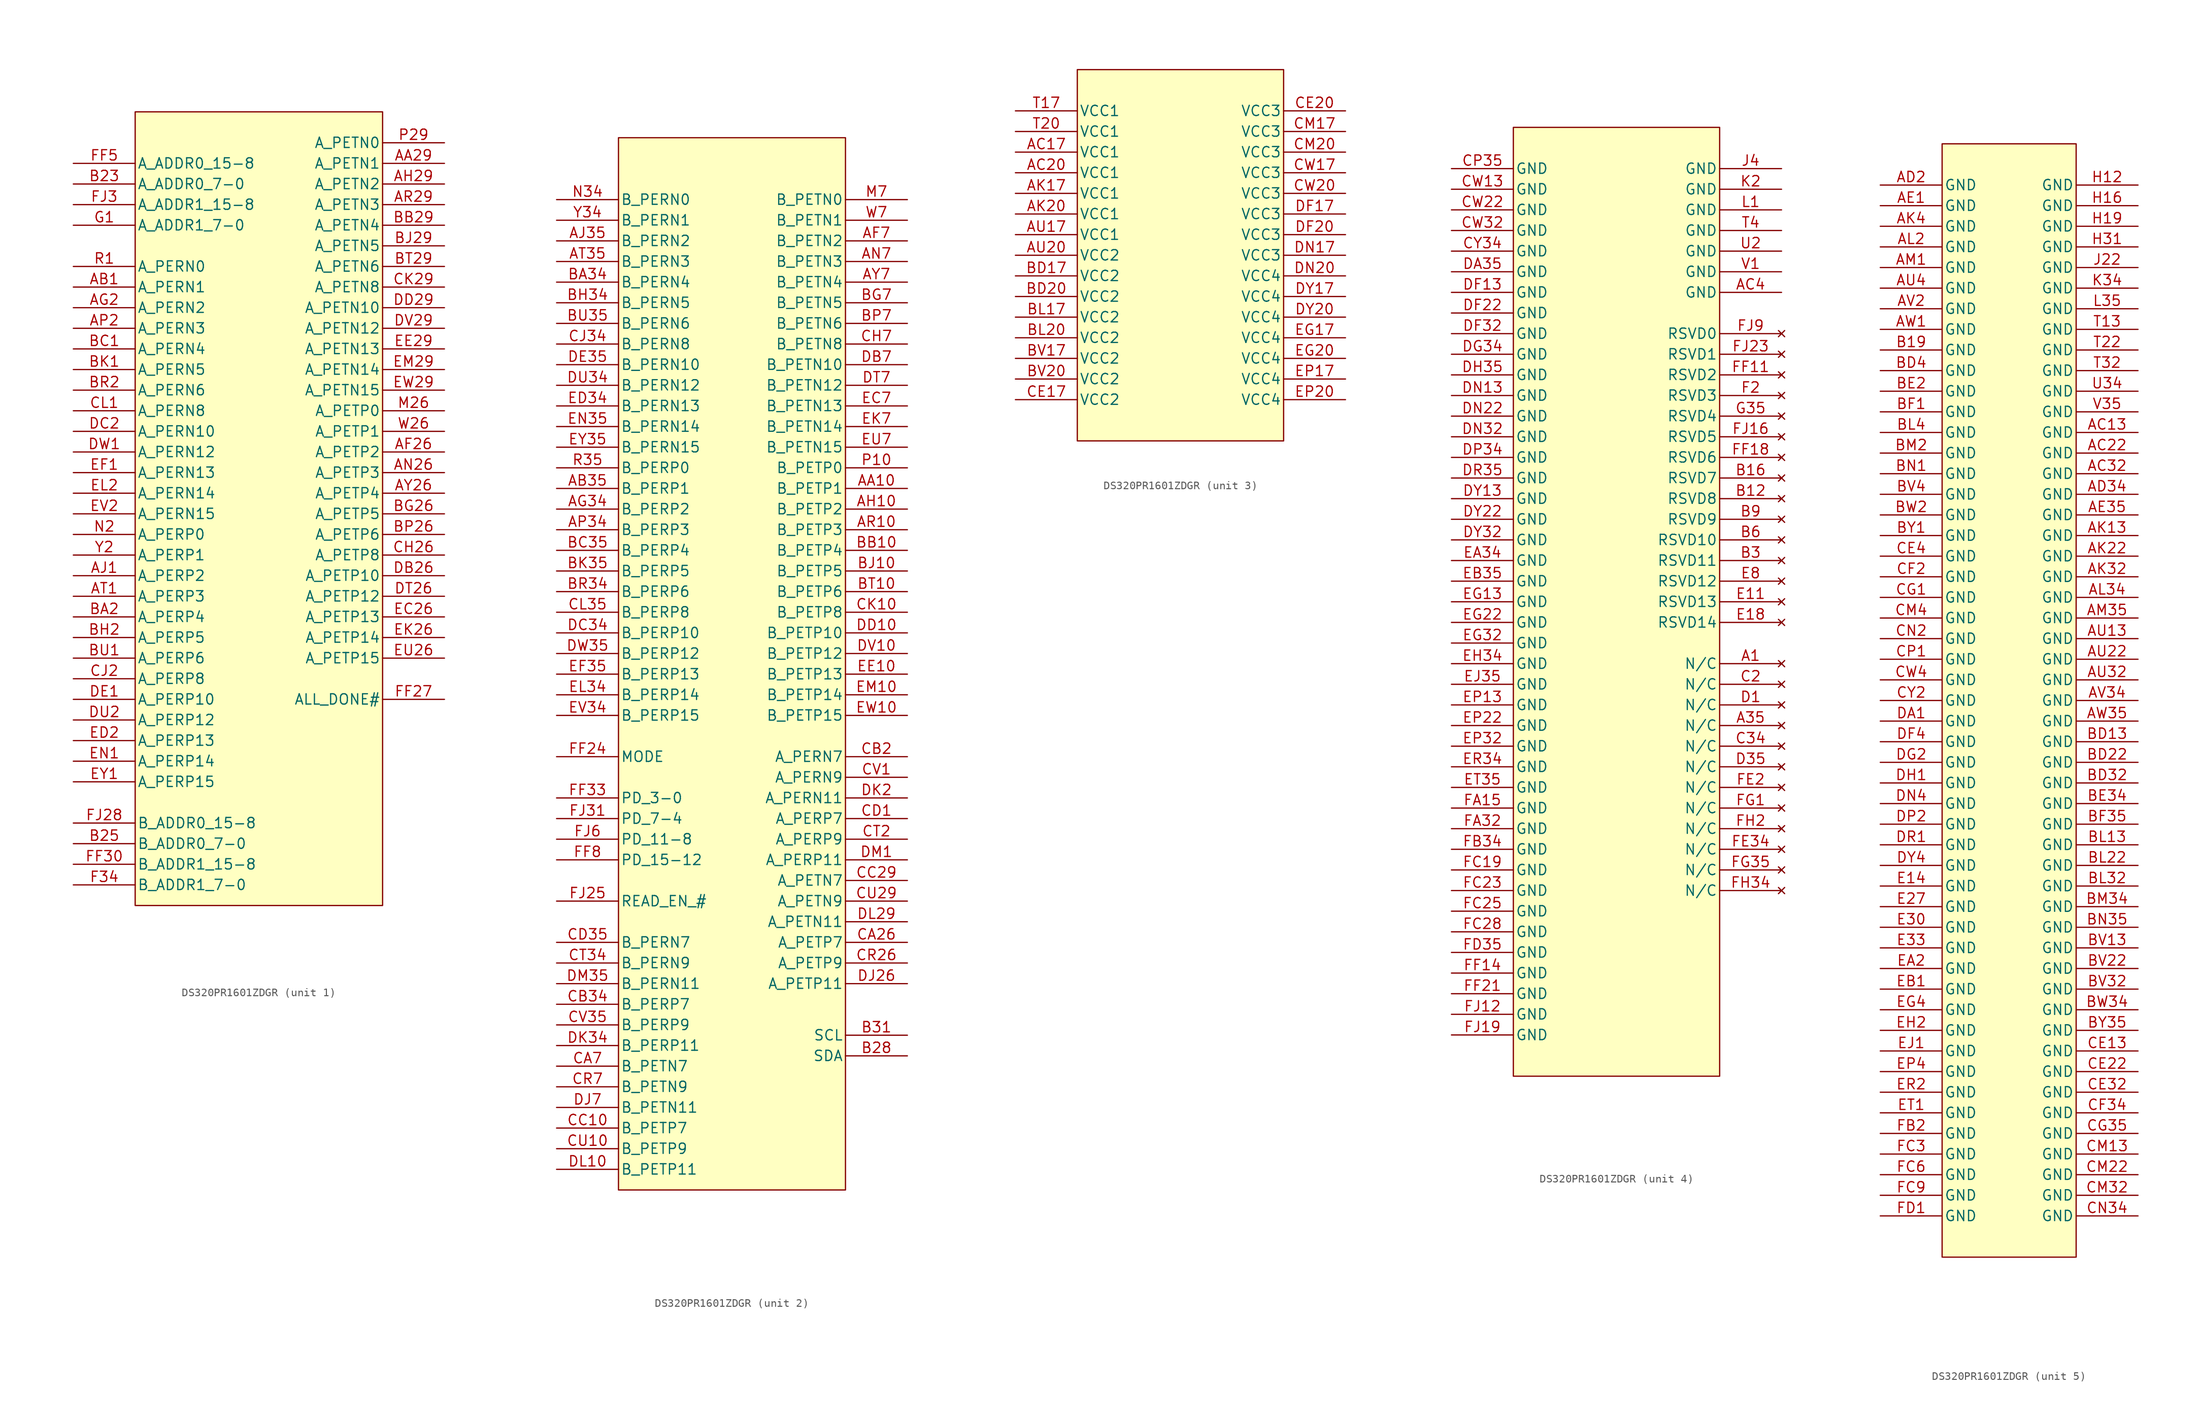
<source format=kicad_sym>
(kicad_symbol_lib
  (version 20241209)
  (generator "kicad_symbol_editor")
  (generator_version "9.0")
  (symbol "DS320PR1601ZDGR"
    (pin_names
      (offset 0.254))
    (property "Reference" "U"
      (at 0 22.606 0)
      (effects (font (size 1.524 1.524)) (hide yes)))
    (property "ki_locked" ""
      (at 0 0 0)
      (effects (font (size 1.27 1.27))))
    (symbol "DS320PR1601ZDGR_1_1"
      (rectangle (start -16.51 36.83) (end 13.97 -60.96) (stroke (width 0) (type default)) (fill (type background)))
      (pin input line (at -24.13 30.48 0) (length 7.62) (name "A_ADDR0_15-8" (effects (font (size 1.27 1.27)))) (number "FF5" (effects (font (size 1.27 1.27)))))
      (pin input line (at -24.13 27.94 0) (length 7.62) (name "A_ADDR0_7-0" (effects (font (size 1.27 1.27)))) (number "B23" (effects (font (size 1.27 1.27)))))
      (pin input line (at -24.13 25.4 0) (length 7.62) (name "A_ADDR1_15-8" (effects (font (size 1.27 1.27)))) (number "FJ3" (effects (font (size 1.27 1.27)))))
      (pin input line (at -24.13 22.86 0) (length 7.62) (name "A_ADDR1_7-0" (effects (font (size 1.27 1.27)))) (number "G1" (effects (font (size 1.27 1.27)))))
      (pin input line (at -24.13 17.78 0) (length 7.62) (name "A_PERN0" (effects (font (size 1.27 1.27)))) (number "R1" (effects (font (size 1.27 1.27)))))
      (pin input line (at -24.13 15.24 0) (length 7.62) (name "A_PERN1" (effects (font (size 1.27 1.27)))) (number "AB1" (effects (font (size 1.27 1.27)))))
      (pin input line (at -24.13 12.7 0) (length 7.62) (name "A_PERN2" (effects (font (size 1.27 1.27)))) (number "AG2" (effects (font (size 1.27 1.27)))))
      (pin input line (at -24.13 10.16 0) (length 7.62) (name "A_PERN3" (effects (font (size 1.27 1.27)))) (number "AP2" (effects (font (size 1.27 1.27)))))
      (pin input line (at -24.13 7.62 0) (length 7.62) (name "A_PERN4" (effects (font (size 1.27 1.27)))) (number "BC1" (effects (font (size 1.27 1.27)))))
      (pin input line (at -24.13 5.08 0) (length 7.62) (name "A_PERN5" (effects (font (size 1.27 1.27)))) (number "BK1" (effects (font (size 1.27 1.27)))))
      (pin input line (at -24.13 2.54 0) (length 7.62) (name "A_PERN6" (effects (font (size 1.27 1.27)))) (number "BR2" (effects (font (size 1.27 1.27)))))
      (pin input line (at -24.13 0 0) (length 7.62) (name "A_PERN8" (effects (font (size 1.27 1.27)))) (number "CL1" (effects (font (size 1.27 1.27)))))
      (pin input line (at -24.13 -2.54 0) (length 7.62) (name "A_PERN10" (effects (font (size 1.27 1.27)))) (number "DC2" (effects (font (size 1.27 1.27)))))
      (pin input line (at -24.13 -5.08 0) (length 7.62) (name "A_PERN12" (effects (font (size 1.27 1.27)))) (number "DW1" (effects (font (size 1.27 1.27)))))
      (pin input line (at -24.13 -7.62 0) (length 7.62) (name "A_PERN13" (effects (font (size 1.27 1.27)))) (number "EF1" (effects (font (size 1.27 1.27)))))
      (pin input line (at -24.13 -10.16 0) (length 7.62) (name "A_PERN14" (effects (font (size 1.27 1.27)))) (number "EL2" (effects (font (size 1.27 1.27)))))
      (pin input line (at -24.13 -12.7 0) (length 7.62) (name "A_PERN15" (effects (font (size 1.27 1.27)))) (number "EV2" (effects (font (size 1.27 1.27)))))
      (pin input line (at -24.13 -15.24 0) (length 7.62) (name "A_PERP0" (effects (font (size 1.27 1.27)))) (number "N2" (effects (font (size 1.27 1.27)))))
      (pin input line (at -24.13 -17.78 0) (length 7.62) (name "A_PERP1" (effects (font (size 1.27 1.27)))) (number "Y2" (effects (font (size 1.27 1.27)))))
      (pin input line (at -24.13 -20.32 0) (length 7.62) (name "A_PERP2" (effects (font (size 1.27 1.27)))) (number "AJ1" (effects (font (size 1.27 1.27)))))
      (pin input line (at -24.13 -22.86 0) (length 7.62) (name "A_PERP3" (effects (font (size 1.27 1.27)))) (number "AT1" (effects (font (size 1.27 1.27)))))
      (pin input line (at -24.13 -25.4 0) (length 7.62) (name "A_PERP4" (effects (font (size 1.27 1.27)))) (number "BA2" (effects (font (size 1.27 1.27)))))
      (pin input line (at -24.13 -27.94 0) (length 7.62) (name "A_PERP5" (effects (font (size 1.27 1.27)))) (number "BH2" (effects (font (size 1.27 1.27)))))
      (pin input line (at -24.13 -30.48 0) (length 7.62) (name "A_PERP6" (effects (font (size 1.27 1.27)))) (number "BU1" (effects (font (size 1.27 1.27)))))
      (pin input line (at -24.13 -33.02 0) (length 7.62) (name "A_PERP8" (effects (font (size 1.27 1.27)))) (number "CJ2" (effects (font (size 1.27 1.27)))))
      (pin input line (at -24.13 -35.56 0) (length 7.62) (name "A_PERP10" (effects (font (size 1.27 1.27)))) (number "DE1" (effects (font (size 1.27 1.27)))))
      (pin input line (at -24.13 -38.1 0) (length 7.62) (name "A_PERP12" (effects (font (size 1.27 1.27)))) (number "DU2" (effects (font (size 1.27 1.27)))))
      (pin input line (at -24.13 -40.64 0) (length 7.62) (name "A_PERP13" (effects (font (size 1.27 1.27)))) (number "ED2" (effects (font (size 1.27 1.27)))))
      (pin input line (at -24.13 -43.18 0) (length 7.62) (name "A_PERP14" (effects (font (size 1.27 1.27)))) (number "EN1" (effects (font (size 1.27 1.27)))))
      (pin input line (at -24.13 -45.72 0) (length 7.62) (name "A_PERP15" (effects (font (size 1.27 1.27)))) (number "EY1" (effects (font (size 1.27 1.27)))))
      (pin input line (at -24.13 -50.8 0) (length 7.62) (name "B_ADDR0_15-8" (effects (font (size 1.27 1.27)))) (number "FJ28" (effects (font (size 1.27 1.27)))))
      (pin input line (at -24.13 -53.34 0) (length 7.62) (name "B_ADDR0_7-0" (effects (font (size 1.27 1.27)))) (number "B25" (effects (font (size 1.27 1.27)))))
      (pin input line (at -24.13 -55.88 0) (length 7.62) (name "B_ADDR1_15-8" (effects (font (size 1.27 1.27)))) (number "FF30" (effects (font (size 1.27 1.27)))))
      (pin input line (at -24.13 -58.42 0) (length 7.62) (name "B_ADDR1_7-0" (effects (font (size 1.27 1.27)))) (number "F34" (effects (font (size 1.27 1.27)))))
      (pin output line (at 21.59 33.02 180) (length 7.62) (name "A_PETN0" (effects (font (size 1.27 1.27)))) (number "P29" (effects (font (size 1.27 1.27)))))
      (pin output line (at 21.59 30.48 180) (length 7.62) (name "A_PETN1" (effects (font (size 1.27 1.27)))) (number "AA29" (effects (font (size 1.27 1.27)))))
      (pin output line (at 21.59 27.94 180) (length 7.62) (name "A_PETN2" (effects (font (size 1.27 1.27)))) (number "AH29" (effects (font (size 1.27 1.27)))))
      (pin output line (at 21.59 25.4 180) (length 7.62) (name "A_PETN3" (effects (font (size 1.27 1.27)))) (number "AR29" (effects (font (size 1.27 1.27)))))
      (pin output line (at 21.59 22.86 180) (length 7.62) (name "A_PETN4" (effects (font (size 1.27 1.27)))) (number "BB29" (effects (font (size 1.27 1.27)))))
      (pin output line (at 21.59 20.32 180) (length 7.62) (name "A_PETN5" (effects (font (size 1.27 1.27)))) (number "BJ29" (effects (font (size 1.27 1.27)))))
      (pin output line (at 21.59 17.78 180) (length 7.62) (name "A_PETN6" (effects (font (size 1.27 1.27)))) (number "BT29" (effects (font (size 1.27 1.27)))))
      (pin output line (at 21.59 15.24 180) (length 7.62) (name "A_PETN8" (effects (font (size 1.27 1.27)))) (number "CK29" (effects (font (size 1.27 1.27)))))
      (pin output line (at 21.59 12.7 180) (length 7.62) (name "A_PETN10" (effects (font (size 1.27 1.27)))) (number "DD29" (effects (font (size 1.27 1.27)))))
      (pin output line (at 21.59 10.16 180) (length 7.62) (name "A_PETN12" (effects (font (size 1.27 1.27)))) (number "DV29" (effects (font (size 1.27 1.27)))))
      (pin output line (at 21.59 7.62 180) (length 7.62) (name "A_PETN13" (effects (font (size 1.27 1.27)))) (number "EE29" (effects (font (size 1.27 1.27)))))
      (pin output line (at 21.59 5.08 180) (length 7.62) (name "A_PETN14" (effects (font (size 1.27 1.27)))) (number "EM29" (effects (font (size 1.27 1.27)))))
      (pin output line (at 21.59 2.54 180) (length 7.62) (name "A_PETN15" (effects (font (size 1.27 1.27)))) (number "EW29" (effects (font (size 1.27 1.27)))))
      (pin output line (at 21.59 0 180) (length 7.62) (name "A_PETP0" (effects (font (size 1.27 1.27)))) (number "M26" (effects (font (size 1.27 1.27)))))
      (pin output line (at 21.59 -2.54 180) (length 7.62) (name "A_PETP1" (effects (font (size 1.27 1.27)))) (number "W26" (effects (font (size 1.27 1.27)))))
      (pin output line (at 21.59 -5.08 180) (length 7.62) (name "A_PETP2" (effects (font (size 1.27 1.27)))) (number "AF26" (effects (font (size 1.27 1.27)))))
      (pin output line (at 21.59 -7.62 180) (length 7.62) (name "A_PETP3" (effects (font (size 1.27 1.27)))) (number "AN26" (effects (font (size 1.27 1.27)))))
      (pin output line (at 21.59 -10.16 180) (length 7.62) (name "A_PETP4" (effects (font (size 1.27 1.27)))) (number "AY26" (effects (font (size 1.27 1.27)))))
      (pin output line (at 21.59 -12.7 180) (length 7.62) (name "A_PETP5" (effects (font (size 1.27 1.27)))) (number "BG26" (effects (font (size 1.27 1.27)))))
      (pin output line (at 21.59 -15.24 180) (length 7.62) (name "A_PETP6" (effects (font (size 1.27 1.27)))) (number "BP26" (effects (font (size 1.27 1.27)))))
      (pin output line (at 21.59 -17.78 180) (length 7.62) (name "A_PETP8" (effects (font (size 1.27 1.27)))) (number "CH26" (effects (font (size 1.27 1.27)))))
      (pin output line (at 21.59 -20.32 180) (length 7.62) (name "A_PETP10" (effects (font (size 1.27 1.27)))) (number "DB26" (effects (font (size 1.27 1.27)))))
      (pin output line (at 21.59 -22.86 180) (length 7.62) (name "A_PETP12" (effects (font (size 1.27 1.27)))) (number "DT26" (effects (font (size 1.27 1.27)))))
      (pin output line (at 21.59 -25.4 180) (length 7.62) (name "A_PETP13" (effects (font (size 1.27 1.27)))) (number "EC26" (effects (font (size 1.27 1.27)))))
      (pin output line (at 21.59 -27.94 180) (length 7.62) (name "A_PETP14" (effects (font (size 1.27 1.27)))) (number "EK26" (effects (font (size 1.27 1.27)))))
      (pin output line (at 21.59 -30.48 180) (length 7.62) (name "A_PETP15" (effects (font (size 1.27 1.27)))) (number "EU26" (effects (font (size 1.27 1.27)))))
      (pin output line (at 21.59 -35.56 180) (length 7.62) (name "ALL_DONE#" (effects (font (size 1.27 1.27)))) (number "FF27" (effects (font (size 1.27 1.27))))))
    (symbol "DS320PR1601ZDGR_2_1"
      (rectangle (start -12.7 38.1) (end 15.24 -91.44) (stroke (width 0) (type default)) (fill (type background)))
      (pin input line (at -20.32 30.48 0) (length 7.62) (name "B_PERN0" (effects (font (size 1.27 1.27)))) (number "N34" (effects (font (size 1.27 1.27)))))
      (pin input line (at -20.32 27.94 0) (length 7.62) (name "B_PERN1" (effects (font (size 1.27 1.27)))) (number "Y34" (effects (font (size 1.27 1.27)))))
      (pin input line (at -20.32 25.4 0) (length 7.62) (name "B_PERN2" (effects (font (size 1.27 1.27)))) (number "AJ35" (effects (font (size 1.27 1.27)))))
      (pin input line (at -20.32 22.86 0) (length 7.62) (name "B_PERN3" (effects (font (size 1.27 1.27)))) (number "AT35" (effects (font (size 1.27 1.27)))))
      (pin input line (at -20.32 20.32 0) (length 7.62) (name "B_PERN4" (effects (font (size 1.27 1.27)))) (number "BA34" (effects (font (size 1.27 1.27)))))
      (pin input line (at -20.32 17.78 0) (length 7.62) (name "B_PERN5" (effects (font (size 1.27 1.27)))) (number "BH34" (effects (font (size 1.27 1.27)))))
      (pin input line (at -20.32 15.24 0) (length 7.62) (name "B_PERN6" (effects (font (size 1.27 1.27)))) (number "BU35" (effects (font (size 1.27 1.27)))))
      (pin input line (at -20.32 12.7 0) (length 7.62) (name "B_PERN8" (effects (font (size 1.27 1.27)))) (number "CJ34" (effects (font (size 1.27 1.27)))))
      (pin input line (at -20.32 10.16 0) (length 7.62) (name "B_PERN10" (effects (font (size 1.27 1.27)))) (number "DE35" (effects (font (size 1.27 1.27)))))
      (pin input line (at -20.32 7.62 0) (length 7.62) (name "B_PERN12" (effects (font (size 1.27 1.27)))) (number "DU34" (effects (font (size 1.27 1.27)))))
      (pin input line (at -20.32 5.08 0) (length 7.62) (name "B_PERN13" (effects (font (size 1.27 1.27)))) (number "ED34" (effects (font (size 1.27 1.27)))))
      (pin input line (at -20.32 2.54 0) (length 7.62) (name "B_PERN14" (effects (font (size 1.27 1.27)))) (number "EN35" (effects (font (size 1.27 1.27)))))
      (pin input line (at -20.32 0 0) (length 7.62) (name "B_PERN15" (effects (font (size 1.27 1.27)))) (number "EY35" (effects (font (size 1.27 1.27)))))
      (pin input line (at -20.32 -2.54 0) (length 7.62) (name "B_PERP0" (effects (font (size 1.27 1.27)))) (number "R35" (effects (font (size 1.27 1.27)))))
      (pin input line (at -20.32 -5.08 0) (length 7.62) (name "B_PERP1" (effects (font (size 1.27 1.27)))) (number "AB35" (effects (font (size 1.27 1.27)))))
      (pin input line (at -20.32 -7.62 0) (length 7.62) (name "B_PERP2" (effects (font (size 1.27 1.27)))) (number "AG34" (effects (font (size 1.27 1.27)))))
      (pin input line (at -20.32 -10.16 0) (length 7.62) (name "B_PERP3" (effects (font (size 1.27 1.27)))) (number "AP34" (effects (font (size 1.27 1.27)))))
      (pin input line (at -20.32 -12.7 0) (length 7.62) (name "B_PERP4" (effects (font (size 1.27 1.27)))) (number "BC35" (effects (font (size 1.27 1.27)))))
      (pin input line (at -20.32 -15.24 0) (length 7.62) (name "B_PERP5" (effects (font (size 1.27 1.27)))) (number "BK35" (effects (font (size 1.27 1.27)))))
      (pin input line (at -20.32 -17.78 0) (length 7.62) (name "B_PERP6" (effects (font (size 1.27 1.27)))) (number "BR34" (effects (font (size 1.27 1.27)))))
      (pin input line (at -20.32 -20.32 0) (length 7.62) (name "B_PERP8" (effects (font (size 1.27 1.27)))) (number "CL35" (effects (font (size 1.27 1.27)))))
      (pin input line (at -20.32 -22.86 0) (length 7.62) (name "B_PERP10" (effects (font (size 1.27 1.27)))) (number "DC34" (effects (font (size 1.27 1.27)))))
      (pin input line (at -20.32 -25.4 0) (length 7.62) (name "B_PERP12" (effects (font (size 1.27 1.27)))) (number "DW35" (effects (font (size 1.27 1.27)))))
      (pin input line (at -20.32 -27.94 0) (length 7.62) (name "B_PERP13" (effects (font (size 1.27 1.27)))) (number "EF35" (effects (font (size 1.27 1.27)))))
      (pin input line (at -20.32 -30.48 0) (length 7.62) (name "B_PERP14" (effects (font (size 1.27 1.27)))) (number "EL34" (effects (font (size 1.27 1.27)))))
      (pin input line (at -20.32 -33.02 0) (length 7.62) (name "B_PERP15" (effects (font (size 1.27 1.27)))) (number "EV34" (effects (font (size 1.27 1.27)))))
      (pin input line (at -20.32 -38.1 0) (length 7.62) (name "MODE" (effects (font (size 1.27 1.27)))) (number "FF24" (effects (font (size 1.27 1.27)))))
      (pin input line (at -20.32 -43.18 0) (length 7.62) (name "PD_3-0" (effects (font (size 1.27 1.27)))) (number "FF33" (effects (font (size 1.27 1.27)))))
      (pin input line (at -20.32 -45.72 0) (length 7.62) (name "PD_7-4" (effects (font (size 1.27 1.27)))) (number "FJ31" (effects (font (size 1.27 1.27)))))
      (pin input line (at -20.32 -48.26 0) (length 7.62) (name "PD_11-8" (effects (font (size 1.27 1.27)))) (number "FJ6" (effects (font (size 1.27 1.27)))))
      (pin input line (at -20.32 -50.8 0) (length 7.62) (name "PD_15-12" (effects (font (size 1.27 1.27)))) (number "FF8" (effects (font (size 1.27 1.27)))))
      (pin input line (at -20.32 -55.88 0) (length 7.62) (name "READ_EN_#" (effects (font (size 1.27 1.27)))) (number "FJ25" (effects (font (size 1.27 1.27)))))
      (pin bidirectional line (at -20.32 -60.96 0) (length 7.62) (name "B_PERN7" (effects (font (size 1.27 1.27)))) (number "CD35" (effects (font (size 1.27 1.27)))))
      (pin bidirectional line (at -20.32 -63.5 0) (length 7.62) (name "B_PERN9" (effects (font (size 1.27 1.27)))) (number "CT34" (effects (font (size 1.27 1.27)))))
      (pin bidirectional line (at -20.32 -66.04 0) (length 7.62) (name "B_PERN11" (effects (font (size 1.27 1.27)))) (number "DM35" (effects (font (size 1.27 1.27)))))
      (pin bidirectional line (at -20.32 -68.58 0) (length 7.62) (name "B_PERP7" (effects (font (size 1.27 1.27)))) (number "CB34" (effects (font (size 1.27 1.27)))))
      (pin bidirectional line (at -20.32 -71.12 0) (length 7.62) (name "B_PERP9" (effects (font (size 1.27 1.27)))) (number "CV35" (effects (font (size 1.27 1.27)))))
      (pin bidirectional line (at -20.32 -73.66 0) (length 7.62) (name "B_PERP11" (effects (font (size 1.27 1.27)))) (number "DK34" (effects (font (size 1.27 1.27)))))
      (pin bidirectional line (at -20.32 -76.2 0) (length 7.62) (name "B_PETN7" (effects (font (size 1.27 1.27)))) (number "CA7" (effects (font (size 1.27 1.27)))))
      (pin bidirectional line (at -20.32 -78.74 0) (length 7.62) (name "B_PETN9" (effects (font (size 1.27 1.27)))) (number "CR7" (effects (font (size 1.27 1.27)))))
      (pin bidirectional line (at -20.32 -81.28 0) (length 7.62) (name "B_PETN11" (effects (font (size 1.27 1.27)))) (number "DJ7" (effects (font (size 1.27 1.27)))))
      (pin bidirectional line (at -20.32 -83.82 0) (length 7.62) (name "B_PETP7" (effects (font (size 1.27 1.27)))) (number "CC10" (effects (font (size 1.27 1.27)))))
      (pin bidirectional line (at -20.32 -86.36 0) (length 7.62) (name "B_PETP9" (effects (font (size 1.27 1.27)))) (number "CU10" (effects (font (size 1.27 1.27)))))
      (pin bidirectional line (at -20.32 -88.9 0) (length 7.62) (name "B_PETP11" (effects (font (size 1.27 1.27)))) (number "DL10" (effects (font (size 1.27 1.27)))))
      (pin output line (at 22.86 30.48 180) (length 7.62) (name "B_PETN0" (effects (font (size 1.27 1.27)))) (number "M7" (effects (font (size 1.27 1.27)))))
      (pin output line (at 22.86 27.94 180) (length 7.62) (name "B_PETN1" (effects (font (size 1.27 1.27)))) (number "W7" (effects (font (size 1.27 1.27)))))
      (pin output line (at 22.86 25.4 180) (length 7.62) (name "B_PETN2" (effects (font (size 1.27 1.27)))) (number "AF7" (effects (font (size 1.27 1.27)))))
      (pin output line (at 22.86 22.86 180) (length 7.62) (name "B_PETN3" (effects (font (size 1.27 1.27)))) (number "AN7" (effects (font (size 1.27 1.27)))))
      (pin output line (at 22.86 20.32 180) (length 7.62) (name "B_PETN4" (effects (font (size 1.27 1.27)))) (number "AY7" (effects (font (size 1.27 1.27)))))
      (pin output line (at 22.86 17.78 180) (length 7.62) (name "B_PETN5" (effects (font (size 1.27 1.27)))) (number "BG7" (effects (font (size 1.27 1.27)))))
      (pin output line (at 22.86 15.24 180) (length 7.62) (name "B_PETN6" (effects (font (size 1.27 1.27)))) (number "BP7" (effects (font (size 1.27 1.27)))))
      (pin output line (at 22.86 12.7 180) (length 7.62) (name "B_PETN8" (effects (font (size 1.27 1.27)))) (number "CH7" (effects (font (size 1.27 1.27)))))
      (pin output line (at 22.86 10.16 180) (length 7.62) (name "B_PETN10" (effects (font (size 1.27 1.27)))) (number "DB7" (effects (font (size 1.27 1.27)))))
      (pin output line (at 22.86 7.62 180) (length 7.62) (name "B_PETN12" (effects (font (size 1.27 1.27)))) (number "DT7" (effects (font (size 1.27 1.27)))))
      (pin output line (at 22.86 5.08 180) (length 7.62) (name "B_PETN13" (effects (font (size 1.27 1.27)))) (number "EC7" (effects (font (size 1.27 1.27)))))
      (pin output line (at 22.86 2.54 180) (length 7.62) (name "B_PETN14" (effects (font (size 1.27 1.27)))) (number "EK7" (effects (font (size 1.27 1.27)))))
      (pin output line (at 22.86 0 180) (length 7.62) (name "B_PETN15" (effects (font (size 1.27 1.27)))) (number "EU7" (effects (font (size 1.27 1.27)))))
      (pin output line (at 22.86 -2.54 180) (length 7.62) (name "B_PETP0" (effects (font (size 1.27 1.27)))) (number "P10" (effects (font (size 1.27 1.27)))))
      (pin output line (at 22.86 -5.08 180) (length 7.62) (name "B_PETP1" (effects (font (size 1.27 1.27)))) (number "AA10" (effects (font (size 1.27 1.27)))))
      (pin output line (at 22.86 -7.62 180) (length 7.62) (name "B_PETP2" (effects (font (size 1.27 1.27)))) (number "AH10" (effects (font (size 1.27 1.27)))))
      (pin output line (at 22.86 -10.16 180) (length 7.62) (name "B_PETP3" (effects (font (size 1.27 1.27)))) (number "AR10" (effects (font (size 1.27 1.27)))))
      (pin output line (at 22.86 -12.7 180) (length 7.62) (name "B_PETP4" (effects (font (size 1.27 1.27)))) (number "BB10" (effects (font (size 1.27 1.27)))))
      (pin output line (at 22.86 -15.24 180) (length 7.62) (name "B_PETP5" (effects (font (size 1.27 1.27)))) (number "BJ10" (effects (font (size 1.27 1.27)))))
      (pin output line (at 22.86 -17.78 180) (length 7.62) (name "B_PETP6" (effects (font (size 1.27 1.27)))) (number "BT10" (effects (font (size 1.27 1.27)))))
      (pin output line (at 22.86 -20.32 180) (length 7.62) (name "B_PETP8" (effects (font (size 1.27 1.27)))) (number "CK10" (effects (font (size 1.27 1.27)))))
      (pin output line (at 22.86 -22.86 180) (length 7.62) (name "B_PETP10" (effects (font (size 1.27 1.27)))) (number "DD10" (effects (font (size 1.27 1.27)))))
      (pin output line (at 22.86 -25.4 180) (length 7.62) (name "B_PETP12" (effects (font (size 1.27 1.27)))) (number "DV10" (effects (font (size 1.27 1.27)))))
      (pin output line (at 22.86 -27.94 180) (length 7.62) (name "B_PETP13" (effects (font (size 1.27 1.27)))) (number "EE10" (effects (font (size 1.27 1.27)))))
      (pin output line (at 22.86 -30.48 180) (length 7.62) (name "B_PETP14" (effects (font (size 1.27 1.27)))) (number "EM10" (effects (font (size 1.27 1.27)))))
      (pin output line (at 22.86 -33.02 180) (length 7.62) (name "B_PETP15" (effects (font (size 1.27 1.27)))) (number "EW10" (effects (font (size 1.27 1.27)))))
      (pin bidirectional line (at 22.86 -38.1 180) (length 7.62) (name "A_PERN7" (effects (font (size 1.27 1.27)))) (number "CB2" (effects (font (size 1.27 1.27)))))
      (pin bidirectional line (at 22.86 -40.64 180) (length 7.62) (name "A_PERN9" (effects (font (size 1.27 1.27)))) (number "CV1" (effects (font (size 1.27 1.27)))))
      (pin bidirectional line (at 22.86 -43.18 180) (length 7.62) (name "A_PERN11" (effects (font (size 1.27 1.27)))) (number "DK2" (effects (font (size 1.27 1.27)))))
      (pin bidirectional line (at 22.86 -45.72 180) (length 7.62) (name "A_PERP7" (effects (font (size 1.27 1.27)))) (number "CD1" (effects (font (size 1.27 1.27)))))
      (pin bidirectional line (at 22.86 -48.26 180) (length 7.62) (name "A_PERP9" (effects (font (size 1.27 1.27)))) (number "CT2" (effects (font (size 1.27 1.27)))))
      (pin bidirectional line (at 22.86 -50.8 180) (length 7.62) (name "A_PERP11" (effects (font (size 1.27 1.27)))) (number "DM1" (effects (font (size 1.27 1.27)))))
      (pin bidirectional line (at 22.86 -53.34 180) (length 7.62) (name "A_PETN7" (effects (font (size 1.27 1.27)))) (number "CC29" (effects (font (size 1.27 1.27)))))
      (pin bidirectional line (at 22.86 -55.88 180) (length 7.62) (name "A_PETN9" (effects (font (size 1.27 1.27)))) (number "CU29" (effects (font (size 1.27 1.27)))))
      (pin bidirectional line (at 22.86 -58.42 180) (length 7.62) (name "A_PETN11" (effects (font (size 1.27 1.27)))) (number "DL29" (effects (font (size 1.27 1.27)))))
      (pin bidirectional line (at 22.86 -60.96 180) (length 7.62) (name "A_PETP7" (effects (font (size 1.27 1.27)))) (number "CA26" (effects (font (size 1.27 1.27)))))
      (pin bidirectional line (at 22.86 -63.5 180) (length 7.62) (name "A_PETP9" (effects (font (size 1.27 1.27)))) (number "CR26" (effects (font (size 1.27 1.27)))))
      (pin bidirectional line (at 22.86 -66.04 180) (length 7.62) (name "A_PETP11" (effects (font (size 1.27 1.27)))) (number "DJ26" (effects (font (size 1.27 1.27)))))
      (pin bidirectional line (at 22.86 -72.39 180) (length 7.62) (name "SCL" (effects (font (size 1.27 1.27)))) (number "B31" (effects (font (size 1.27 1.27)))))
      (pin bidirectional line (at 22.86 -74.93 180) (length 7.62) (name "SDA" (effects (font (size 1.27 1.27)))) (number "B28" (effects (font (size 1.27 1.27))))))
    (symbol "DS320PR1601ZDGR_3_1"
      (rectangle (start -12.7 17.78) (end 12.7 -27.94) (stroke (width 0) (type default)) (fill (type background)))
      (pin power_in line (at -20.32 12.7 0) (length 7.62) (name "VCC1" (effects (font (size 1.27 1.27)))) (number "T17" (effects (font (size 1.27 1.27)))))
      (pin power_in line (at -20.32 10.16 0) (length 7.62) (name "VCC1" (effects (font (size 1.27 1.27)))) (number "T20" (effects (font (size 1.27 1.27)))))
      (pin power_in line (at -20.32 7.62 0) (length 7.62) (name "VCC1" (effects (font (size 1.27 1.27)))) (number "AC17" (effects (font (size 1.27 1.27)))))
      (pin power_in line (at -20.32 5.08 0) (length 7.62) (name "VCC1" (effects (font (size 1.27 1.27)))) (number "AC20" (effects (font (size 1.27 1.27)))))
      (pin power_in line (at -20.32 2.54 0) (length 7.62) (name "VCC1" (effects (font (size 1.27 1.27)))) (number "AK17" (effects (font (size 1.27 1.27)))))
      (pin power_in line (at -20.32 0 0) (length 7.62) (name "VCC1" (effects (font (size 1.27 1.27)))) (number "AK20" (effects (font (size 1.27 1.27)))))
      (pin power_in line (at -20.32 -2.54 0) (length 7.62) (name "VCC1" (effects (font (size 1.27 1.27)))) (number "AU17" (effects (font (size 1.27 1.27)))))
      (pin power_in line (at -20.32 -5.08 0) (length 7.62) (name "VCC2" (effects (font (size 1.27 1.27)))) (number "AU20" (effects (font (size 1.27 1.27)))))
      (pin power_in line (at -20.32 -7.62 0) (length 7.62) (name "VCC2" (effects (font (size 1.27 1.27)))) (number "BD17" (effects (font (size 1.27 1.27)))))
      (pin power_in line (at -20.32 -10.16 0) (length 7.62) (name "VCC2" (effects (font (size 1.27 1.27)))) (number "BD20" (effects (font (size 1.27 1.27)))))
      (pin power_in line (at -20.32 -12.7 0) (length 7.62) (name "VCC2" (effects (font (size 1.27 1.27)))) (number "BL17" (effects (font (size 1.27 1.27)))))
      (pin power_in line (at -20.32 -15.24 0) (length 7.62) (name "VCC2" (effects (font (size 1.27 1.27)))) (number "BL20" (effects (font (size 1.27 1.27)))))
      (pin power_in line (at -20.32 -17.78 0) (length 7.62) (name "VCC2" (effects (font (size 1.27 1.27)))) (number "BV17" (effects (font (size 1.27 1.27)))))
      (pin power_in line (at -20.32 -20.32 0) (length 7.62) (name "VCC2" (effects (font (size 1.27 1.27)))) (number "BV20" (effects (font (size 1.27 1.27)))))
      (pin power_in line (at -20.32 -22.86 0) (length 7.62) (name "VCC2" (effects (font (size 1.27 1.27)))) (number "CE17" (effects (font (size 1.27 1.27)))))
      (pin power_in line (at 20.32 12.7 180) (length 7.62) (name "VCC3" (effects (font (size 1.27 1.27)))) (number "CE20" (effects (font (size 1.27 1.27)))))
      (pin power_in line (at 20.32 10.16 180) (length 7.62) (name "VCC3" (effects (font (size 1.27 1.27)))) (number "CM17" (effects (font (size 1.27 1.27)))))
      (pin power_in line (at 20.32 7.62 180) (length 7.62) (name "VCC3" (effects (font (size 1.27 1.27)))) (number "CM20" (effects (font (size 1.27 1.27)))))
      (pin power_in line (at 20.32 5.08 180) (length 7.62) (name "VCC3" (effects (font (size 1.27 1.27)))) (number "CW17" (effects (font (size 1.27 1.27)))))
      (pin power_in line (at 20.32 2.54 180) (length 7.62) (name "VCC3" (effects (font (size 1.27 1.27)))) (number "CW20" (effects (font (size 1.27 1.27)))))
      (pin power_in line (at 20.32 0 180) (length 7.62) (name "VCC3" (effects (font (size 1.27 1.27)))) (number "DF17" (effects (font (size 1.27 1.27)))))
      (pin power_in line (at 20.32 -2.54 180) (length 7.62) (name "VCC3" (effects (font (size 1.27 1.27)))) (number "DF20" (effects (font (size 1.27 1.27)))))
      (pin power_in line (at 20.32 -5.08 180) (length 7.62) (name "VCC3" (effects (font (size 1.27 1.27)))) (number "DN17" (effects (font (size 1.27 1.27)))))
      (pin power_in line (at 20.32 -7.62 180) (length 7.62) (name "VCC4" (effects (font (size 1.27 1.27)))) (number "DN20" (effects (font (size 1.27 1.27)))))
      (pin power_in line (at 20.32 -10.16 180) (length 7.62) (name "VCC4" (effects (font (size 1.27 1.27)))) (number "DY17" (effects (font (size 1.27 1.27)))))
      (pin power_in line (at 20.32 -12.7 180) (length 7.62) (name "VCC4" (effects (font (size 1.27 1.27)))) (number "DY20" (effects (font (size 1.27 1.27)))))
      (pin power_in line (at 20.32 -15.24 180) (length 7.62) (name "VCC4" (effects (font (size 1.27 1.27)))) (number "EG17" (effects (font (size 1.27 1.27)))))
      (pin power_in line (at 20.32 -17.78 180) (length 7.62) (name "VCC4" (effects (font (size 1.27 1.27)))) (number "EG20" (effects (font (size 1.27 1.27)))))
      (pin power_in line (at 20.32 -20.32 180) (length 7.62) (name "VCC4" (effects (font (size 1.27 1.27)))) (number "EP17" (effects (font (size 1.27 1.27)))))
      (pin power_in line (at 20.32 -22.86 180) (length 7.62) (name "VCC4" (effects (font (size 1.27 1.27)))) (number "EP20" (effects (font (size 1.27 1.27))))))
    (symbol "DS320PR1601ZDGR_4_1"
      (rectangle (start -12.7 17.78) (end 12.7 -99.06) (stroke (width 0) (type default)) (fill (type background)))
      (pin power_out line (at -20.32 12.7 0) (length 7.62) (name "GND" (effects (font (size 1.27 1.27)))) (number "CP35" (effects (font (size 1.27 1.27)))))
      (pin power_out line (at -20.32 10.16 0) (length 7.62) (name "GND" (effects (font (size 1.27 1.27)))) (number "CW13" (effects (font (size 1.27 1.27)))))
      (pin power_out line (at -20.32 7.62 0) (length 7.62) (name "GND" (effects (font (size 1.27 1.27)))) (number "CW22" (effects (font (size 1.27 1.27)))))
      (pin power_out line (at -20.32 5.08 0) (length 7.62) (name "GND" (effects (font (size 1.27 1.27)))) (number "CW32" (effects (font (size 1.27 1.27)))))
      (pin power_out line (at -20.32 2.54 0) (length 7.62) (name "GND" (effects (font (size 1.27 1.27)))) (number "CY34" (effects (font (size 1.27 1.27)))))
      (pin power_out line (at -20.32 0 0) (length 7.62) (name "GND" (effects (font (size 1.27 1.27)))) (number "DA35" (effects (font (size 1.27 1.27)))))
      (pin power_out line (at -20.32 -2.54 0) (length 7.62) (name "GND" (effects (font (size 1.27 1.27)))) (number "DF13" (effects (font (size 1.27 1.27)))))
      (pin power_out line (at -20.32 -5.08 0) (length 7.62) (name "GND" (effects (font (size 1.27 1.27)))) (number "DF22" (effects (font (size 1.27 1.27)))))
      (pin power_out line (at -20.32 -7.62 0) (length 7.62) (name "GND" (effects (font (size 1.27 1.27)))) (number "DF32" (effects (font (size 1.27 1.27)))))
      (pin power_out line (at -20.32 -10.16 0) (length 7.62) (name "GND" (effects (font (size 1.27 1.27)))) (number "DG34" (effects (font (size 1.27 1.27)))))
      (pin power_out line (at -20.32 -12.7 0) (length 7.62) (name "GND" (effects (font (size 1.27 1.27)))) (number "DH35" (effects (font (size 1.27 1.27)))))
      (pin power_out line (at -20.32 -15.24 0) (length 7.62) (name "GND" (effects (font (size 1.27 1.27)))) (number "DN13" (effects (font (size 1.27 1.27)))))
      (pin power_out line (at -20.32 -17.78 0) (length 7.62) (name "GND" (effects (font (size 1.27 1.27)))) (number "DN22" (effects (font (size 1.27 1.27)))))
      (pin power_out line (at -20.32 -20.32 0) (length 7.62) (name "GND" (effects (font (size 1.27 1.27)))) (number "DN32" (effects (font (size 1.27 1.27)))))
      (pin power_out line (at -20.32 -22.86 0) (length 7.62) (name "GND" (effects (font (size 1.27 1.27)))) (number "DP34" (effects (font (size 1.27 1.27)))))
      (pin power_out line (at -20.32 -25.4 0) (length 7.62) (name "GND" (effects (font (size 1.27 1.27)))) (number "DR35" (effects (font (size 1.27 1.27)))))
      (pin power_out line (at -20.32 -27.94 0) (length 7.62) (name "GND" (effects (font (size 1.27 1.27)))) (number "DY13" (effects (font (size 1.27 1.27)))))
      (pin power_out line (at -20.32 -30.48 0) (length 7.62) (name "GND" (effects (font (size 1.27 1.27)))) (number "DY22" (effects (font (size 1.27 1.27)))))
      (pin power_out line (at -20.32 -33.02 0) (length 7.62) (name "GND" (effects (font (size 1.27 1.27)))) (number "DY32" (effects (font (size 1.27 1.27)))))
      (pin power_out line (at -20.32 -35.56 0) (length 7.62) (name "GND" (effects (font (size 1.27 1.27)))) (number "EA34" (effects (font (size 1.27 1.27)))))
      (pin power_out line (at -20.32 -38.1 0) (length 7.62) (name "GND" (effects (font (size 1.27 1.27)))) (number "EB35" (effects (font (size 1.27 1.27)))))
      (pin power_out line (at -20.32 -40.64 0) (length 7.62) (name "GND" (effects (font (size 1.27 1.27)))) (number "EG13" (effects (font (size 1.27 1.27)))))
      (pin power_out line (at -20.32 -43.18 0) (length 7.62) (name "GND" (effects (font (size 1.27 1.27)))) (number "EG22" (effects (font (size 1.27 1.27)))))
      (pin power_out line (at -20.32 -45.72 0) (length 7.62) (name "GND" (effects (font (size 1.27 1.27)))) (number "EG32" (effects (font (size 1.27 1.27)))))
      (pin power_out line (at -20.32 -48.26 0) (length 7.62) (name "GND" (effects (font (size 1.27 1.27)))) (number "EH34" (effects (font (size 1.27 1.27)))))
      (pin power_out line (at -20.32 -50.8 0) (length 7.62) (name "GND" (effects (font (size 1.27 1.27)))) (number "EJ35" (effects (font (size 1.27 1.27)))))
      (pin power_out line (at -20.32 -53.34 0) (length 7.62) (name "GND" (effects (font (size 1.27 1.27)))) (number "EP13" (effects (font (size 1.27 1.27)))))
      (pin power_out line (at -20.32 -55.88 0) (length 7.62) (name "GND" (effects (font (size 1.27 1.27)))) (number "EP22" (effects (font (size 1.27 1.27)))))
      (pin power_out line (at -20.32 -58.42 0) (length 7.62) (name "GND" (effects (font (size 1.27 1.27)))) (number "EP32" (effects (font (size 1.27 1.27)))))
      (pin power_out line (at -20.32 -60.96 0) (length 7.62) (name "GND" (effects (font (size 1.27 1.27)))) (number "ER34" (effects (font (size 1.27 1.27)))))
      (pin power_out line (at -20.32 -63.5 0) (length 7.62) (name "GND" (effects (font (size 1.27 1.27)))) (number "ET35" (effects (font (size 1.27 1.27)))))
      (pin power_out line (at -20.32 -66.04 0) (length 7.62) (name "GND" (effects (font (size 1.27 1.27)))) (number "FA15" (effects (font (size 1.27 1.27)))))
      (pin power_out line (at -20.32 -68.58 0) (length 7.62) (name "GND" (effects (font (size 1.27 1.27)))) (number "FA32" (effects (font (size 1.27 1.27)))))
      (pin power_out line (at -20.32 -71.12 0) (length 7.62) (name "GND" (effects (font (size 1.27 1.27)))) (number "FB34" (effects (font (size 1.27 1.27)))))
      (pin power_out line (at -20.32 -73.66 0) (length 7.62) (name "GND" (effects (font (size 1.27 1.27)))) (number "FC19" (effects (font (size 1.27 1.27)))))
      (pin power_out line (at -20.32 -76.2 0) (length 7.62) (name "GND" (effects (font (size 1.27 1.27)))) (number "FC23" (effects (font (size 1.27 1.27)))))
      (pin power_out line (at -20.32 -78.74 0) (length 7.62) (name "GND" (effects (font (size 1.27 1.27)))) (number "FC25" (effects (font (size 1.27 1.27)))))
      (pin power_out line (at -20.32 -81.28 0) (length 7.62) (name "GND" (effects (font (size 1.27 1.27)))) (number "FC28" (effects (font (size 1.27 1.27)))))
      (pin power_out line (at -20.32 -83.82 0) (length 7.62) (name "GND" (effects (font (size 1.27 1.27)))) (number "FD35" (effects (font (size 1.27 1.27)))))
      (pin power_out line (at -20.32 -86.36 0) (length 7.62) (name "GND" (effects (font (size 1.27 1.27)))) (number "FF14" (effects (font (size 1.27 1.27)))))
      (pin power_out line (at -20.32 -88.9 0) (length 7.62) (name "GND" (effects (font (size 1.27 1.27)))) (number "FF21" (effects (font (size 1.27 1.27)))))
      (pin power_out line (at -20.32 -91.44 0) (length 7.62) (name "GND" (effects (font (size 1.27 1.27)))) (number "FJ12" (effects (font (size 1.27 1.27)))))
      (pin power_out line (at -20.32 -93.98 0) (length 7.62) (name "GND" (effects (font (size 1.27 1.27)))) (number "FJ19" (effects (font (size 1.27 1.27)))))
      (pin power_out line (at 20.32 12.7 180) (length 7.62) (name "GND" (effects (font (size 1.27 1.27)))) (number "J4" (effects (font (size 1.27 1.27)))))
      (pin power_out line (at 20.32 10.16 180) (length 7.62) (name "GND" (effects (font (size 1.27 1.27)))) (number "K2" (effects (font (size 1.27 1.27)))))
      (pin power_out line (at 20.32 7.62 180) (length 7.62) (name "GND" (effects (font (size 1.27 1.27)))) (number "L1" (effects (font (size 1.27 1.27)))))
      (pin power_out line (at 20.32 5.08 180) (length 7.62) (name "GND" (effects (font (size 1.27 1.27)))) (number "T4" (effects (font (size 1.27 1.27)))))
      (pin power_out line (at 20.32 2.54 180) (length 7.62) (name "GND" (effects (font (size 1.27 1.27)))) (number "U2" (effects (font (size 1.27 1.27)))))
      (pin power_out line (at 20.32 0 180) (length 7.62) (name "GND" (effects (font (size 1.27 1.27)))) (number "V1" (effects (font (size 1.27 1.27)))))
      (pin power_out line (at 20.32 -2.54 180) (length 7.62) (name "GND" (effects (font (size 1.27 1.27)))) (number "AC4" (effects (font (size 1.27 1.27)))))
      (pin no_connect line (at 20.32 -7.62 180) (length 7.62) (name "RSVD0" (effects (font (size 1.27 1.27)))) (number "FJ9" (effects (font (size 1.27 1.27)))))
      (pin no_connect line (at 20.32 -10.16 180) (length 7.62) (name "RSVD1" (effects (font (size 1.27 1.27)))) (number "FJ23" (effects (font (size 1.27 1.27)))))
      (pin no_connect line (at 20.32 -12.7 180) (length 7.62) (name "RSVD2" (effects (font (size 1.27 1.27)))) (number "FF11" (effects (font (size 1.27 1.27)))))
      (pin no_connect line (at 20.32 -15.24 180) (length 7.62) (name "RSVD3" (effects (font (size 1.27 1.27)))) (number "F2" (effects (font (size 1.27 1.27)))))
      (pin no_connect line (at 20.32 -17.78 180) (length 7.62) (name "RSVD4" (effects (font (size 1.27 1.27)))) (number "G35" (effects (font (size 1.27 1.27)))))
      (pin no_connect line (at 20.32 -20.32 180) (length 7.62) (name "RSVD5" (effects (font (size 1.27 1.27)))) (number "FJ16" (effects (font (size 1.27 1.27)))))
      (pin no_connect line (at 20.32 -22.86 180) (length 7.62) (name "RSVD6" (effects (font (size 1.27 1.27)))) (number "FF18" (effects (font (size 1.27 1.27)))))
      (pin no_connect line (at 20.32 -25.4 180) (length 7.62) (name "RSVD7" (effects (font (size 1.27 1.27)))) (number "B16" (effects (font (size 1.27 1.27)))))
      (pin no_connect line (at 20.32 -27.94 180) (length 7.62) (name "RSVD8" (effects (font (size 1.27 1.27)))) (number "B12" (effects (font (size 1.27 1.27)))))
      (pin no_connect line (at 20.32 -30.48 180) (length 7.62) (name "RSVD9" (effects (font (size 1.27 1.27)))) (number "B9" (effects (font (size 1.27 1.27)))))
      (pin no_connect line (at 20.32 -33.02 180) (length 7.62) (name "RSVD10" (effects (font (size 1.27 1.27)))) (number "B6" (effects (font (size 1.27 1.27)))))
      (pin no_connect line (at 20.32 -35.56 180) (length 7.62) (name "RSVD11" (effects (font (size 1.27 1.27)))) (number "B3" (effects (font (size 1.27 1.27)))))
      (pin no_connect line (at 20.32 -38.1 180) (length 7.62) (name "RSVD12" (effects (font (size 1.27 1.27)))) (number "E8" (effects (font (size 1.27 1.27)))))
      (pin no_connect line (at 20.32 -40.64 180) (length 7.62) (name "RSVD13" (effects (font (size 1.27 1.27)))) (number "E11" (effects (font (size 1.27 1.27)))))
      (pin no_connect line (at 20.32 -43.18 180) (length 7.62) (name "RSVD14" (effects (font (size 1.27 1.27)))) (number "E18" (effects (font (size 1.27 1.27)))))
      (pin no_connect line (at 20.32 -48.26 180) (length 7.62) (name "N/C" (effects (font (size 1.27 1.27)))) (number "A1" (effects (font (size 1.27 1.27)))))
      (pin no_connect line (at 20.32 -50.8 180) (length 7.62) (name "N/C" (effects (font (size 1.27 1.27)))) (number "C2" (effects (font (size 1.27 1.27)))))
      (pin no_connect line (at 20.32 -53.34 180) (length 7.62) (name "N/C" (effects (font (size 1.27 1.27)))) (number "D1" (effects (font (size 1.27 1.27)))))
      (pin no_connect line (at 20.32 -55.88 180) (length 7.62) (name "N/C" (effects (font (size 1.27 1.27)))) (number "A35" (effects (font (size 1.27 1.27)))))
      (pin no_connect line (at 20.32 -58.42 180) (length 7.62) (name "N/C" (effects (font (size 1.27 1.27)))) (number "C34" (effects (font (size 1.27 1.27)))))
      (pin no_connect line (at 20.32 -60.96 180) (length 7.62) (name "N/C" (effects (font (size 1.27 1.27)))) (number "D35" (effects (font (size 1.27 1.27)))))
      (pin no_connect line (at 20.32 -63.5 180) (length 7.62) (name "N/C" (effects (font (size 1.27 1.27)))) (number "FE2" (effects (font (size 1.27 1.27)))))
      (pin no_connect line (at 20.32 -66.04 180) (length 7.62) (name "N/C" (effects (font (size 1.27 1.27)))) (number "FG1" (effects (font (size 1.27 1.27)))))
      (pin no_connect line (at 20.32 -68.58 180) (length 7.62) (name "N/C" (effects (font (size 1.27 1.27)))) (number "FH2" (effects (font (size 1.27 1.27)))))
      (pin no_connect line (at 20.32 -71.12 180) (length 7.62) (name "N/C" (effects (font (size 1.27 1.27)))) (number "FE34" (effects (font (size 1.27 1.27)))))
      (pin no_connect line (at 20.32 -73.66 180) (length 7.62) (name "N/C" (effects (font (size 1.27 1.27)))) (number "FG35" (effects (font (size 1.27 1.27)))))
      (pin no_connect line (at 20.32 -76.2 180) (length 7.62) (name "N/C" (effects (font (size 1.27 1.27)))) (number "FH34" (effects (font (size 1.27 1.27))))))
    (symbol "DS320PR1601ZDGR_5_1"
      (rectangle (start -7.62 16.51) (end 8.89 -120.65) (stroke (width 0) (type default)) (fill (type background)))
      (pin power_out line (at -15.24 11.43 0) (length 7.62) (name "GND" (effects (font (size 1.27 1.27)))) (number "AD2" (effects (font (size 1.27 1.27)))))
      (pin power_out line (at -15.24 8.89 0) (length 7.62) (name "GND" (effects (font (size 1.27 1.27)))) (number "AE1" (effects (font (size 1.27 1.27)))))
      (pin power_out line (at -15.24 6.35 0) (length 7.62) (name "GND" (effects (font (size 1.27 1.27)))) (number "AK4" (effects (font (size 1.27 1.27)))))
      (pin power_out line (at -15.24 3.81 0) (length 7.62) (name "GND" (effects (font (size 1.27 1.27)))) (number "AL2" (effects (font (size 1.27 1.27)))))
      (pin power_out line (at -15.24 1.27 0) (length 7.62) (name "GND" (effects (font (size 1.27 1.27)))) (number "AM1" (effects (font (size 1.27 1.27)))))
      (pin power_out line (at -15.24 -1.27 0) (length 7.62) (name "GND" (effects (font (size 1.27 1.27)))) (number "AU4" (effects (font (size 1.27 1.27)))))
      (pin power_out line (at -15.24 -3.81 0) (length 7.62) (name "GND" (effects (font (size 1.27 1.27)))) (number "AV2" (effects (font (size 1.27 1.27)))))
      (pin power_out line (at -15.24 -6.35 0) (length 7.62) (name "GND" (effects (font (size 1.27 1.27)))) (number "AW1" (effects (font (size 1.27 1.27)))))
      (pin power_out line (at -15.24 -8.89 0) (length 7.62) (name "GND" (effects (font (size 1.27 1.27)))) (number "B19" (effects (font (size 1.27 1.27)))))
      (pin power_out line (at -15.24 -11.43 0) (length 7.62) (name "GND" (effects (font (size 1.27 1.27)))) (number "BD4" (effects (font (size 1.27 1.27)))))
      (pin power_out line (at -15.24 -13.97 0) (length 7.62) (name "GND" (effects (font (size 1.27 1.27)))) (number "BE2" (effects (font (size 1.27 1.27)))))
      (pin power_out line (at -15.24 -16.51 0) (length 7.62) (name "GND" (effects (font (size 1.27 1.27)))) (number "BF1" (effects (font (size 1.27 1.27)))))
      (pin power_out line (at -15.24 -19.05 0) (length 7.62) (name "GND" (effects (font (size 1.27 1.27)))) (number "BL4" (effects (font (size 1.27 1.27)))))
      (pin power_out line (at -15.24 -21.59 0) (length 7.62) (name "GND" (effects (font (size 1.27 1.27)))) (number "BM2" (effects (font (size 1.27 1.27)))))
      (pin power_out line (at -15.24 -24.13 0) (length 7.62) (name "GND" (effects (font (size 1.27 1.27)))) (number "BN1" (effects (font (size 1.27 1.27)))))
      (pin power_out line (at -15.24 -26.67 0) (length 7.62) (name "GND" (effects (font (size 1.27 1.27)))) (number "BV4" (effects (font (size 1.27 1.27)))))
      (pin power_out line (at -15.24 -29.21 0) (length 7.62) (name "GND" (effects (font (size 1.27 1.27)))) (number "BW2" (effects (font (size 1.27 1.27)))))
      (pin power_out line (at -15.24 -31.75 0) (length 7.62) (name "GND" (effects (font (size 1.27 1.27)))) (number "BY1" (effects (font (size 1.27 1.27)))))
      (pin power_out line (at -15.24 -34.29 0) (length 7.62) (name "GND" (effects (font (size 1.27 1.27)))) (number "CE4" (effects (font (size 1.27 1.27)))))
      (pin power_out line (at -15.24 -36.83 0) (length 7.62) (name "GND" (effects (font (size 1.27 1.27)))) (number "CF2" (effects (font (size 1.27 1.27)))))
      (pin power_out line (at -15.24 -39.37 0) (length 7.62) (name "GND" (effects (font (size 1.27 1.27)))) (number "CG1" (effects (font (size 1.27 1.27)))))
      (pin power_out line (at -15.24 -41.91 0) (length 7.62) (name "GND" (effects (font (size 1.27 1.27)))) (number "CM4" (effects (font (size 1.27 1.27)))))
      (pin power_out line (at -15.24 -44.45 0) (length 7.62) (name "GND" (effects (font (size 1.27 1.27)))) (number "CN2" (effects (font (size 1.27 1.27)))))
      (pin power_out line (at -15.24 -46.99 0) (length 7.62) (name "GND" (effects (font (size 1.27 1.27)))) (number "CP1" (effects (font (size 1.27 1.27)))))
      (pin power_out line (at -15.24 -49.53 0) (length 7.62) (name "GND" (effects (font (size 1.27 1.27)))) (number "CW4" (effects (font (size 1.27 1.27)))))
      (pin power_out line (at -15.24 -52.07 0) (length 7.62) (name "GND" (effects (font (size 1.27 1.27)))) (number "CY2" (effects (font (size 1.27 1.27)))))
      (pin power_out line (at -15.24 -54.61 0) (length 7.62) (name "GND" (effects (font (size 1.27 1.27)))) (number "DA1" (effects (font (size 1.27 1.27)))))
      (pin power_out line (at -15.24 -57.15 0) (length 7.62) (name "GND" (effects (font (size 1.27 1.27)))) (number "DF4" (effects (font (size 1.27 1.27)))))
      (pin power_out line (at -15.24 -59.69 0) (length 7.62) (name "GND" (effects (font (size 1.27 1.27)))) (number "DG2" (effects (font (size 1.27 1.27)))))
      (pin power_out line (at -15.24 -62.23 0) (length 7.62) (name "GND" (effects (font (size 1.27 1.27)))) (number "DH1" (effects (font (size 1.27 1.27)))))
      (pin power_out line (at -15.24 -64.77 0) (length 7.62) (name "GND" (effects (font (size 1.27 1.27)))) (number "DN4" (effects (font (size 1.27 1.27)))))
      (pin power_out line (at -15.24 -67.31 0) (length 7.62) (name "GND" (effects (font (size 1.27 1.27)))) (number "DP2" (effects (font (size 1.27 1.27)))))
      (pin power_out line (at -15.24 -69.85 0) (length 7.62) (name "GND" (effects (font (size 1.27 1.27)))) (number "DR1" (effects (font (size 1.27 1.27)))))
      (pin power_out line (at -15.24 -72.39 0) (length 7.62) (name "GND" (effects (font (size 1.27 1.27)))) (number "DY4" (effects (font (size 1.27 1.27)))))
      (pin power_out line (at -15.24 -74.93 0) (length 7.62) (name "GND" (effects (font (size 1.27 1.27)))) (number "E14" (effects (font (size 1.27 1.27)))))
      (pin power_out line (at -15.24 -77.47 0) (length 7.62) (name "GND" (effects (font (size 1.27 1.27)))) (number "E27" (effects (font (size 1.27 1.27)))))
      (pin power_out line (at -15.24 -80.01 0) (length 7.62) (name "GND" (effects (font (size 1.27 1.27)))) (number "E30" (effects (font (size 1.27 1.27)))))
      (pin power_out line (at -15.24 -82.55 0) (length 7.62) (name "GND" (effects (font (size 1.27 1.27)))) (number "E33" (effects (font (size 1.27 1.27)))))
      (pin power_out line (at -15.24 -85.09 0) (length 7.62) (name "GND" (effects (font (size 1.27 1.27)))) (number "EA2" (effects (font (size 1.27 1.27)))))
      (pin power_out line (at -15.24 -87.63 0) (length 7.62) (name "GND" (effects (font (size 1.27 1.27)))) (number "EB1" (effects (font (size 1.27 1.27)))))
      (pin power_out line (at -15.24 -90.17 0) (length 7.62) (name "GND" (effects (font (size 1.27 1.27)))) (number "EG4" (effects (font (size 1.27 1.27)))))
      (pin power_out line (at -15.24 -92.71 0) (length 7.62) (name "GND" (effects (font (size 1.27 1.27)))) (number "EH2" (effects (font (size 1.27 1.27)))))
      (pin power_out line (at -15.24 -95.25 0) (length 7.62) (name "GND" (effects (font (size 1.27 1.27)))) (number "EJ1" (effects (font (size 1.27 1.27)))))
      (pin power_out line (at -15.24 -97.79 0) (length 7.62) (name "GND" (effects (font (size 1.27 1.27)))) (number "EP4" (effects (font (size 1.27 1.27)))))
      (pin power_out line (at -15.24 -100.33 0) (length 7.62) (name "GND" (effects (font (size 1.27 1.27)))) (number "ER2" (effects (font (size 1.27 1.27)))))
      (pin power_out line (at -15.24 -102.87 0) (length 7.62) (name "GND" (effects (font (size 1.27 1.27)))) (number "ET1" (effects (font (size 1.27 1.27)))))
      (pin power_out line (at -15.24 -105.41 0) (length 7.62) (name "GND" (effects (font (size 1.27 1.27)))) (number "FB2" (effects (font (size 1.27 1.27)))))
      (pin power_out line (at -15.24 -107.95 0) (length 7.62) (name "GND" (effects (font (size 1.27 1.27)))) (number "FC3" (effects (font (size 1.27 1.27)))))
      (pin power_out line (at -15.24 -110.49 0) (length 7.62) (name "GND" (effects (font (size 1.27 1.27)))) (number "FC6" (effects (font (size 1.27 1.27)))))
      (pin power_out line (at -15.24 -113.03 0) (length 7.62) (name "GND" (effects (font (size 1.27 1.27)))) (number "FC9" (effects (font (size 1.27 1.27)))))
      (pin power_out line (at -15.24 -115.57 0) (length 7.62) (name "GND" (effects (font (size 1.27 1.27)))) (number "FD1" (effects (font (size 1.27 1.27)))))
      (pin power_out line (at 16.51 11.43 180) (length 7.62) (name "GND" (effects (font (size 1.27 1.27)))) (number "H12" (effects (font (size 1.27 1.27)))))
      (pin power_out line (at 16.51 8.89 180) (length 7.62) (name "GND" (effects (font (size 1.27 1.27)))) (number "H16" (effects (font (size 1.27 1.27)))))
      (pin power_out line (at 16.51 6.35 180) (length 7.62) (name "GND" (effects (font (size 1.27 1.27)))) (number "H19" (effects (font (size 1.27 1.27)))))
      (pin power_out line (at 16.51 3.81 180) (length 7.62) (name "GND" (effects (font (size 1.27 1.27)))) (number "H31" (effects (font (size 1.27 1.27)))))
      (pin power_out line (at 16.51 1.27 180) (length 7.62) (name "GND" (effects (font (size 1.27 1.27)))) (number "J22" (effects (font (size 1.27 1.27)))))
      (pin power_out line (at 16.51 -1.27 180) (length 7.62) (name "GND" (effects (font (size 1.27 1.27)))) (number "K34" (effects (font (size 1.27 1.27)))))
      (pin power_out line (at 16.51 -3.81 180) (length 7.62) (name "GND" (effects (font (size 1.27 1.27)))) (number "L35" (effects (font (size 1.27 1.27)))))
      (pin power_out line (at 16.51 -6.35 180) (length 7.62) (name "GND" (effects (font (size 1.27 1.27)))) (number "T13" (effects (font (size 1.27 1.27)))))
      (pin power_out line (at 16.51 -8.89 180) (length 7.62) (name "GND" (effects (font (size 1.27 1.27)))) (number "T22" (effects (font (size 1.27 1.27)))))
      (pin power_out line (at 16.51 -11.43 180) (length 7.62) (name "GND" (effects (font (size 1.27 1.27)))) (number "T32" (effects (font (size 1.27 1.27)))))
      (pin power_out line (at 16.51 -13.97 180) (length 7.62) (name "GND" (effects (font (size 1.27 1.27)))) (number "U34" (effects (font (size 1.27 1.27)))))
      (pin power_out line (at 16.51 -16.51 180) (length 7.62) (name "GND" (effects (font (size 1.27 1.27)))) (number "V35" (effects (font (size 1.27 1.27)))))
      (pin power_out line (at 16.51 -19.05 180) (length 7.62) (name "GND" (effects (font (size 1.27 1.27)))) (number "AC13" (effects (font (size 1.27 1.27)))))
      (pin power_out line (at 16.51 -21.59 180) (length 7.62) (name "GND" (effects (font (size 1.27 1.27)))) (number "AC22" (effects (font (size 1.27 1.27)))))
      (pin power_out line (at 16.51 -24.13 180) (length 7.62) (name "GND" (effects (font (size 1.27 1.27)))) (number "AC32" (effects (font (size 1.27 1.27)))))
      (pin power_out line (at 16.51 -26.67 180) (length 7.62) (name "GND" (effects (font (size 1.27 1.27)))) (number "AD34" (effects (font (size 1.27 1.27)))))
      (pin power_out line (at 16.51 -29.21 180) (length 7.62) (name "GND" (effects (font (size 1.27 1.27)))) (number "AE35" (effects (font (size 1.27 1.27)))))
      (pin power_out line (at 16.51 -31.75 180) (length 7.62) (name "GND" (effects (font (size 1.27 1.27)))) (number "AK13" (effects (font (size 1.27 1.27)))))
      (pin power_out line (at 16.51 -34.29 180) (length 7.62) (name "GND" (effects (font (size 1.27 1.27)))) (number "AK22" (effects (font (size 1.27 1.27)))))
      (pin power_out line (at 16.51 -36.83 180) (length 7.62) (name "GND" (effects (font (size 1.27 1.27)))) (number "AK32" (effects (font (size 1.27 1.27)))))
      (pin power_out line (at 16.51 -39.37 180) (length 7.62) (name "GND" (effects (font (size 1.27 1.27)))) (number "AL34" (effects (font (size 1.27 1.27)))))
      (pin power_out line (at 16.51 -41.91 180) (length 7.62) (name "GND" (effects (font (size 1.27 1.27)))) (number "AM35" (effects (font (size 1.27 1.27)))))
      (pin power_out line (at 16.51 -44.45 180) (length 7.62) (name "GND" (effects (font (size 1.27 1.27)))) (number "AU13" (effects (font (size 1.27 1.27)))))
      (pin power_out line (at 16.51 -46.99 180) (length 7.62) (name "GND" (effects (font (size 1.27 1.27)))) (number "AU22" (effects (font (size 1.27 1.27)))))
      (pin power_out line (at 16.51 -49.53 180) (length 7.62) (name "GND" (effects (font (size 1.27 1.27)))) (number "AU32" (effects (font (size 1.27 1.27)))))
      (pin power_out line (at 16.51 -52.07 180) (length 7.62) (name "GND" (effects (font (size 1.27 1.27)))) (number "AV34" (effects (font (size 1.27 1.27)))))
      (pin power_out line (at 16.51 -54.61 180) (length 7.62) (name "GND" (effects (font (size 1.27 1.27)))) (number "AW35" (effects (font (size 1.27 1.27)))))
      (pin power_out line (at 16.51 -57.15 180) (length 7.62) (name "GND" (effects (font (size 1.27 1.27)))) (number "BD13" (effects (font (size 1.27 1.27)))))
      (pin power_out line (at 16.51 -59.69 180) (length 7.62) (name "GND" (effects (font (size 1.27 1.27)))) (number "BD22" (effects (font (size 1.27 1.27)))))
      (pin power_out line (at 16.51 -62.23 180) (length 7.62) (name "GND" (effects (font (size 1.27 1.27)))) (number "BD32" (effects (font (size 1.27 1.27)))))
      (pin power_out line (at 16.51 -64.77 180) (length 7.62) (name "GND" (effects (font (size 1.27 1.27)))) (number "BE34" (effects (font (size 1.27 1.27)))))
      (pin power_out line (at 16.51 -67.31 180) (length 7.62) (name "GND" (effects (font (size 1.27 1.27)))) (number "BF35" (effects (font (size 1.27 1.27)))))
      (pin power_out line (at 16.51 -69.85 180) (length 7.62) (name "GND" (effects (font (size 1.27 1.27)))) (number "BL13" (effects (font (size 1.27 1.27)))))
      (pin power_out line (at 16.51 -72.39 180) (length 7.62) (name "GND" (effects (font (size 1.27 1.27)))) (number "BL22" (effects (font (size 1.27 1.27)))))
      (pin power_out line (at 16.51 -74.93 180) (length 7.62) (name "GND" (effects (font (size 1.27 1.27)))) (number "BL32" (effects (font (size 1.27 1.27)))))
      (pin power_out line (at 16.51 -77.47 180) (length 7.62) (name "GND" (effects (font (size 1.27 1.27)))) (number "BM34" (effects (font (size 1.27 1.27)))))
      (pin power_out line (at 16.51 -80.01 180) (length 7.62) (name "GND" (effects (font (size 1.27 1.27)))) (number "BN35" (effects (font (size 1.27 1.27)))))
      (pin power_out line (at 16.51 -82.55 180) (length 7.62) (name "GND" (effects (font (size 1.27 1.27)))) (number "BV13" (effects (font (size 1.27 1.27)))))
      (pin power_out line (at 16.51 -85.09 180) (length 7.62) (name "GND" (effects (font (size 1.27 1.27)))) (number "BV22" (effects (font (size 1.27 1.27)))))
      (pin power_out line (at 16.51 -87.63 180) (length 7.62) (name "GND" (effects (font (size 1.27 1.27)))) (number "BV32" (effects (font (size 1.27 1.27)))))
      (pin power_out line (at 16.51 -90.17 180) (length 7.62) (name "GND" (effects (font (size 1.27 1.27)))) (number "BW34" (effects (font (size 1.27 1.27)))))
      (pin power_out line (at 16.51 -92.71 180) (length 7.62) (name "GND" (effects (font (size 1.27 1.27)))) (number "BY35" (effects (font (size 1.27 1.27)))))
      (pin power_out line (at 16.51 -95.25 180) (length 7.62) (name "GND" (effects (font (size 1.27 1.27)))) (number "CE13" (effects (font (size 1.27 1.27)))))
      (pin power_out line (at 16.51 -97.79 180) (length 7.62) (name "GND" (effects (font (size 1.27 1.27)))) (number "CE22" (effects (font (size 1.27 1.27)))))
      (pin power_out line (at 16.51 -100.33 180) (length 7.62) (name "GND" (effects (font (size 1.27 1.27)))) (number "CE32" (effects (font (size 1.27 1.27)))))
      (pin power_out line (at 16.51 -102.87 180) (length 7.62) (name "GND" (effects (font (size 1.27 1.27)))) (number "CF34" (effects (font (size 1.27 1.27)))))
      (pin power_out line (at 16.51 -105.41 180) (length 7.62) (name "GND" (effects (font (size 1.27 1.27)))) (number "CG35" (effects (font (size 1.27 1.27)))))
      (pin power_out line (at 16.51 -107.95 180) (length 7.62) (name "GND" (effects (font (size 1.27 1.27)))) (number "CM13" (effects (font (size 1.27 1.27)))))
      (pin power_out line (at 16.51 -110.49 180) (length 7.62) (name "GND" (effects (font (size 1.27 1.27)))) (number "CM22" (effects (font (size 1.27 1.27)))))
      (pin power_out line (at 16.51 -113.03 180) (length 7.62) (name "GND" (effects (font (size 1.27 1.27)))) (number "CM32" (effects (font (size 1.27 1.27)))))
      (pin power_out line (at 16.51 -115.57 180) (length 7.62) (name "GND" (effects (font (size 1.27 1.27)))) (number "CN34" (effects (font (size 1.27 1.27))))))))
</source>
